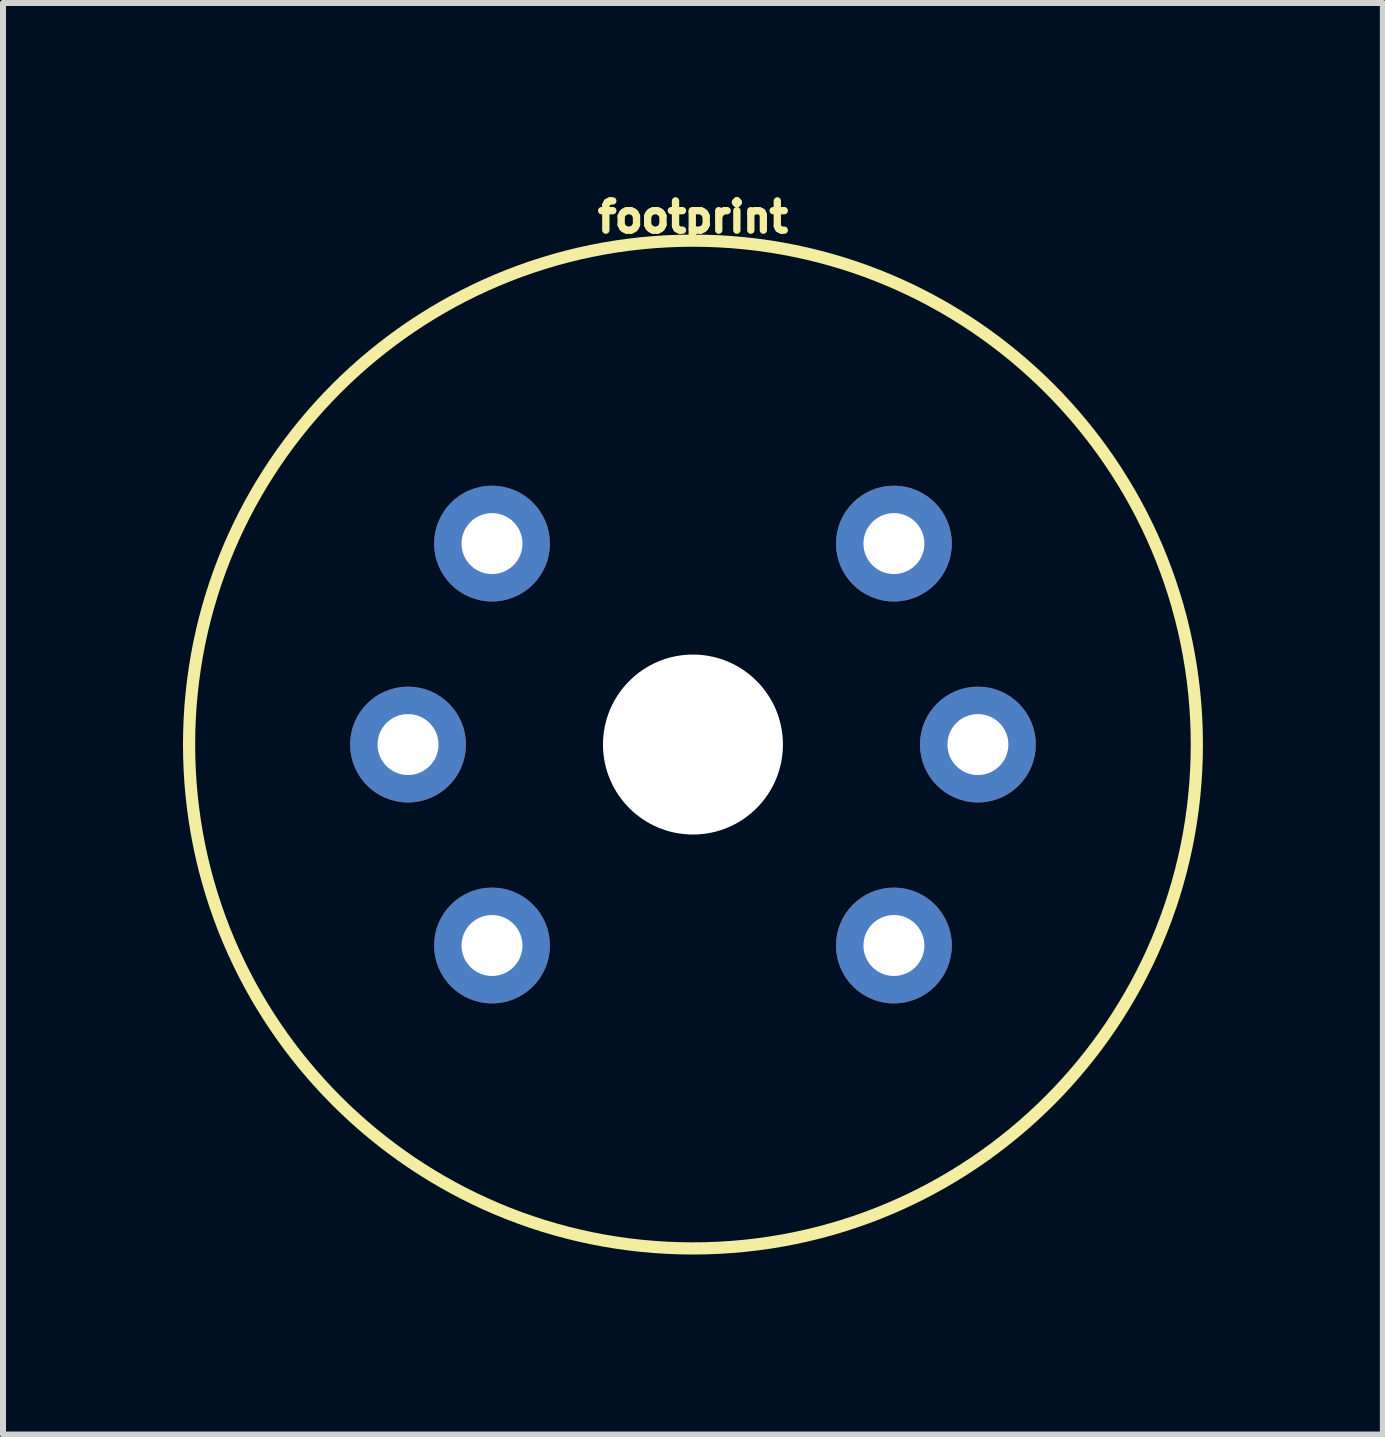
<source format=kicad_pcb>
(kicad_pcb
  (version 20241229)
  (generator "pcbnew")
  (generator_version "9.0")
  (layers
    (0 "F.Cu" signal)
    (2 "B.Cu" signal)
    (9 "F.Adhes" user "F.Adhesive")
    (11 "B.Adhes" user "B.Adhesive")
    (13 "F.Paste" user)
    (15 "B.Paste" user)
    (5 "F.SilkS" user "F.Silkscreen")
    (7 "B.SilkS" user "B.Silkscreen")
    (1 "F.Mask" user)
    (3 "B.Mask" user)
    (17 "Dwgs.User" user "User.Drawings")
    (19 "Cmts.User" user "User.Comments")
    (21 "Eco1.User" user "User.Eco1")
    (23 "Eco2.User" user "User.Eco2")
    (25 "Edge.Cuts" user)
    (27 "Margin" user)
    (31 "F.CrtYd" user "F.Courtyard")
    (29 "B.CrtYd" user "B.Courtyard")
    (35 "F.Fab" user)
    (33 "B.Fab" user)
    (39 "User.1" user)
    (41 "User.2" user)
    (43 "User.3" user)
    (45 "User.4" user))
  (footprint "footprint"
    (layer "F.Cu")
    (at 8.502 9.362)
    (property "Reference" "footprint" (at 0 -8.509 0) (layer "F.SilkS") (effects (font (size 0.488 0.488) (thickness 0.122)) (justify bottom)))
    (fp_circle (center 0 0) (end 8.4 0) (stroke (width 0.203) (type solid)) (fill no) (layer "F.SilkS"))
    (pad "" np_thru_hole circle (at 0 0) (size 3 3) (drill 3) (layers "*.Cu" "*.Mask"))
    (pad "A1" thru_hole circle (at -3.35 -3.35) (size 1.93 1.93) (drill 1.016) (layers "*.Cu" "*.Mask"))
    (pad "A2" thru_hole circle (at -3.35 3.35) (size 1.93 1.93) (drill 1.016) (layers "*.Cu" "*.Mask"))
    (pad "B1" thru_hole circle (at 3.35 -3.35) (size 1.93 1.93) (drill 1.016) (layers "*.Cu" "*.Mask"))
    (pad "B2" thru_hole circle (at 3.35 3.35) (size 1.93 1.93) (drill 1.016) (layers "*.Cu" "*.Mask"))
    (pad "HA" thru_hole circle (at -4.75 0) (size 1.93 1.93) (drill 1.016) (layers "*.Cu" "*.Mask"))
    (pad "HB" thru_hole circle (at 4.75 0) (size 1.93 1.93) (drill 1.016) (layers "*.Cu" "*.Mask")))
  (gr_rect
    (start -3 -3)
    (end 20.003 20.864)
    (stroke (width 0.1) (type default))
    (fill no)
    (layer "Edge.Cuts")))
</source>
